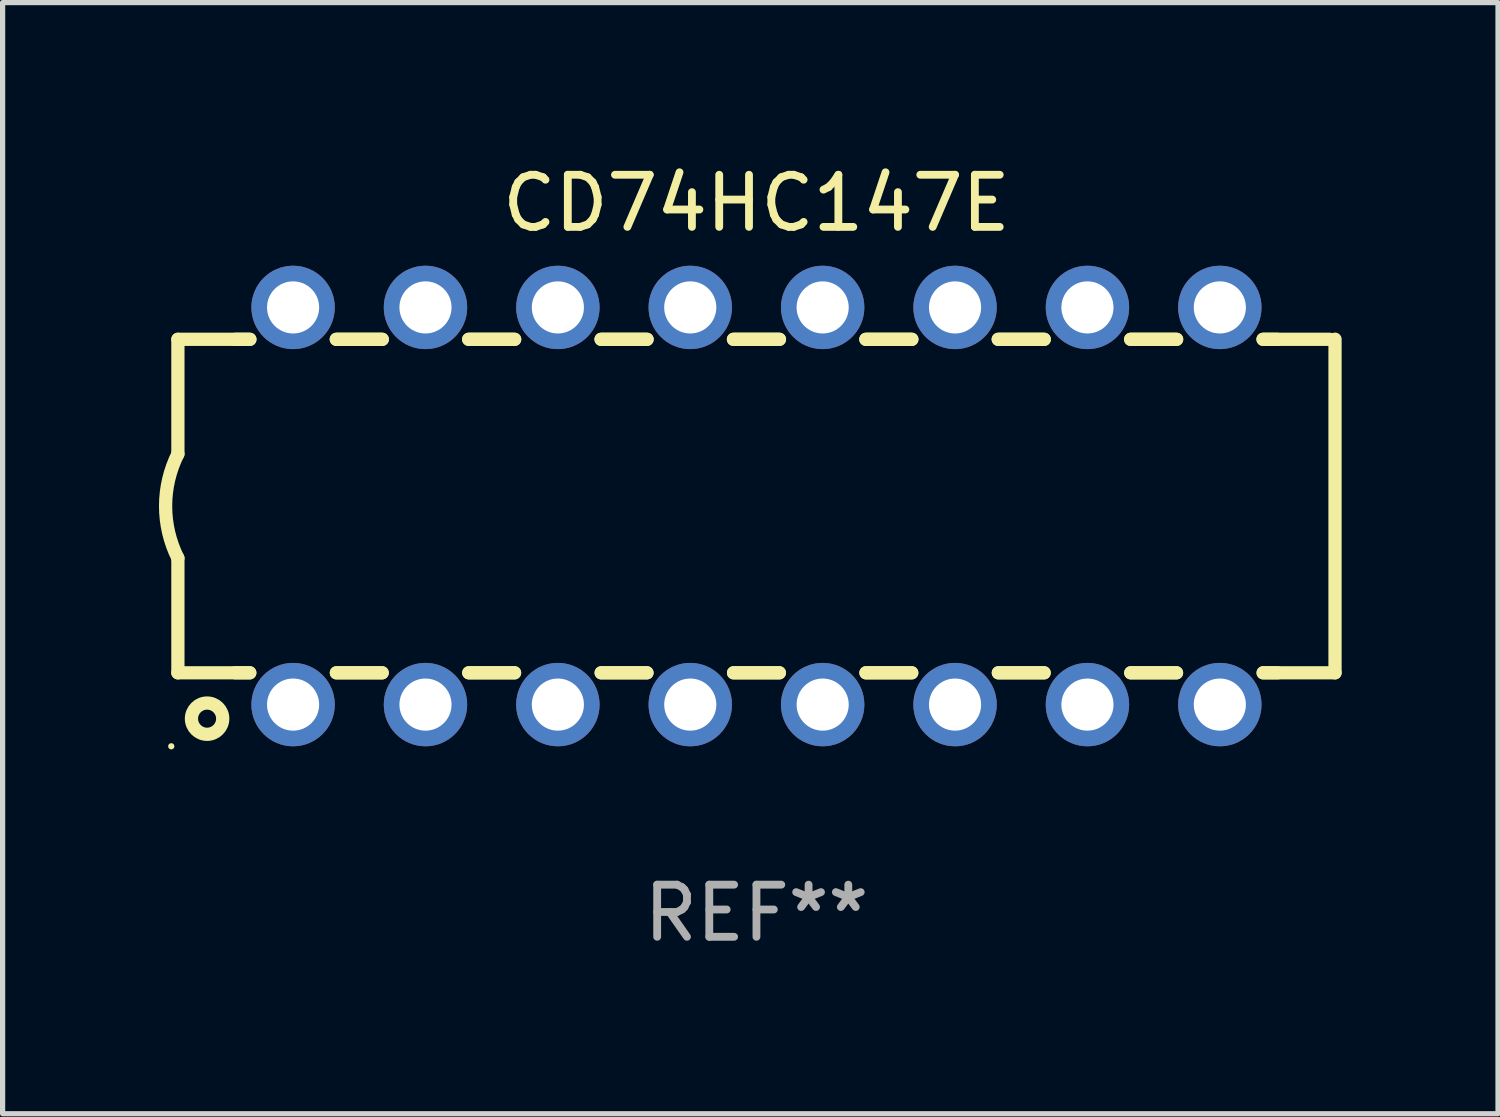
<source format=kicad_pcb>
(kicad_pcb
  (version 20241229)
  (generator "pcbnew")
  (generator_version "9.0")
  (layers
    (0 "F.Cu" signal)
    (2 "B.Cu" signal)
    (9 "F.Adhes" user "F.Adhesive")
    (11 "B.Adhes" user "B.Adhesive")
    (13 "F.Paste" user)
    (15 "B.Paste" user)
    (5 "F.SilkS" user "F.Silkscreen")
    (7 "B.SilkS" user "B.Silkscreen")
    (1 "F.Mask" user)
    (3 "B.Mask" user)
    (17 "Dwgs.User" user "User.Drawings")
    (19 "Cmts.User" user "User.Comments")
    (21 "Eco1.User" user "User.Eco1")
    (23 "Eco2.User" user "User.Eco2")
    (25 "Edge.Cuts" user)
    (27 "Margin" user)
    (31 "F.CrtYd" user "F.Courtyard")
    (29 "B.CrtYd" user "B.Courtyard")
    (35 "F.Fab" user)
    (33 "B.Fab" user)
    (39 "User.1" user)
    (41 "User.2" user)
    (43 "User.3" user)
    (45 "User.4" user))
  (footprint "CD74HC147E"
    (layer "F.Cu")
    (at 11.463 6.658)
    (property "Reference" "CD74HC147E" (at 0 -5.81 0) (layer "F.SilkS") (effects (font (size 1 1) (thickness 0.15))))
    (attr through_hole)
    (fp_line (start -11.1 -3.198) (end -9.719 -3.198) (stroke (width 0.254) (type solid)) (layer "F.SilkS"))
    (fp_line (start -11.1 -0.998) (end -11.1 -3.198) (stroke (width 0.254) (type solid)) (layer "F.SilkS"))
    (fp_line (start -11.1 3.2) (end -11.1 1) (stroke (width 0.254) (type solid)) (layer "F.SilkS"))
    (fp_line (start -11.1 3.2) (end -9.721 3.2) (stroke (width 0.254) (type solid)) (layer "F.SilkS"))
    (fp_line (start -10 -3.198) (end -9.719 -3.198) (stroke (width 0.254) (type solid)) (layer "F.SilkS"))
    (fp_line (start -10 3.2) (end -9.721 3.2) (stroke (width 0.254) (type solid)) (layer "F.SilkS"))
    (fp_line (start -8.061 -3.198) (end -7.179 -3.198) (stroke (width 0.254) (type solid)) (layer "F.SilkS"))
    (fp_line (start -8.061 -3.198) (end -7.179 -3.198) (stroke (width 0.254) (type solid)) (layer "F.SilkS"))
    (fp_line (start -8.059 3.2) (end -7.181 3.2) (stroke (width 0.254) (type solid)) (layer "F.SilkS"))
    (fp_line (start -8.059 3.2) (end -7.181 3.2) (stroke (width 0.254) (type solid)) (layer "F.SilkS"))
    (fp_line (start -5.521 -3.198) (end -4.639 -3.198) (stroke (width 0.254) (type solid)) (layer "F.SilkS"))
    (fp_line (start -5.521 -3.198) (end -4.639 -3.198) (stroke (width 0.254) (type solid)) (layer "F.SilkS"))
    (fp_line (start -5.519 3.2) (end -4.641 3.2) (stroke (width 0.254) (type solid)) (layer "F.SilkS"))
    (fp_line (start -5.519 3.2) (end -4.641 3.2) (stroke (width 0.254) (type solid)) (layer "F.SilkS"))
    (fp_line (start -2.981 -3.198) (end -2.099 -3.198) (stroke (width 0.254) (type solid)) (layer "F.SilkS"))
    (fp_line (start -2.981 -3.198) (end -2.099 -3.198) (stroke (width 0.254) (type solid)) (layer "F.SilkS"))
    (fp_line (start -2.979 3.2) (end -2.101 3.2) (stroke (width 0.254) (type solid)) (layer "F.SilkS"))
    (fp_line (start -2.979 3.2) (end -2.101 3.2) (stroke (width 0.254) (type solid)) (layer "F.SilkS"))
    (fp_line (start -0.441 -3.198) (end 0.441 -3.198) (stroke (width 0.254) (type solid)) (layer "F.SilkS"))
    (fp_line (start -0.441 -3.198) (end 0.441 -3.198) (stroke (width 0.254) (type solid)) (layer "F.SilkS"))
    (fp_line (start -0.439 3.2) (end 0.439 3.2) (stroke (width 0.254) (type solid)) (layer "F.SilkS"))
    (fp_line (start -0.439 3.2) (end 0.439 3.2) (stroke (width 0.254) (type solid)) (layer "F.SilkS"))
    (fp_line (start 2.099 -3.198) (end 2.981 -3.198) (stroke (width 0.254) (type solid)) (layer "F.SilkS"))
    (fp_line (start 2.099 -3.198) (end 2.981 -3.198) (stroke (width 0.254) (type solid)) (layer "F.SilkS"))
    (fp_line (start 2.101 3.2) (end 2.979 3.2) (stroke (width 0.254) (type solid)) (layer "F.SilkS"))
    (fp_line (start 2.101 3.2) (end 2.979 3.2) (stroke (width 0.254) (type solid)) (layer "F.SilkS"))
    (fp_line (start 4.639 -3.198) (end 5.521 -3.198) (stroke (width 0.254) (type solid)) (layer "F.SilkS"))
    (fp_line (start 4.639 -3.198) (end 5.521 -3.198) (stroke (width 0.254) (type solid)) (layer "F.SilkS"))
    (fp_line (start 4.641 3.2) (end 5.519 3.2) (stroke (width 0.254) (type solid)) (layer "F.SilkS"))
    (fp_line (start 4.641 3.2) (end 5.519 3.2) (stroke (width 0.254) (type solid)) (layer "F.SilkS"))
    (fp_line (start 7.179 -3.198) (end 8.061 -3.198) (stroke (width 0.254) (type solid)) (layer "F.SilkS"))
    (fp_line (start 7.179 -3.198) (end 8.061 -3.198) (stroke (width 0.254) (type solid)) (layer "F.SilkS"))
    (fp_line (start 7.181 3.2) (end 8.059 3.2) (stroke (width 0.254) (type solid)) (layer "F.SilkS"))
    (fp_line (start 7.181 3.2) (end 8.059 3.2) (stroke (width 0.254) (type solid)) (layer "F.SilkS"))
    (fp_line (start 9.719 -3.198) (end 10 -3.198) (stroke (width 0.254) (type solid)) (layer "F.SilkS"))
    (fp_line (start 9.719 -3.198) (end 11 -3.198) (stroke (width 0.254) (type solid)) (layer "F.SilkS"))
    (fp_line (start 9.721 3.2) (end 11.1 3.2) (stroke (width 0.254) (type solid)) (layer "F.SilkS"))
    (fp_line (start 9.721 3.2) (end 10 3.2) (stroke (width 0.254) (type solid)) (layer "F.SilkS"))
    (fp_line (start 11.1 3.2) (end 11.1 -3.2) (stroke (width 0.254) (type solid)) (layer "F.SilkS"))
    (fp_arc (start -11.099823 1.000762) (mid -11.335827 0.001303) (end -11.1 -0.998197) (stroke (width 0.254001) (type solid)) (layer "F.SilkS"))
    (fp_circle (center -11.227 4.61) (end -11.197 4.61) (stroke (width 0.06) (type solid)) (fill no) (layer "F.SilkS"))
    (fp_circle (center -10.54 4.08) (end -10.24 4.08) (stroke (width 0.254) (type solid)) (fill no) (layer "F.SilkS"))
    (fp_text user "REF**" (at 0 7.81 0) (layer "F.Fab") (effects (font (size 1 1) (thickness 0.15))))
    (pad "1" thru_hole circle (at -8.89 3.81) (size 1.6 1.6) (drill 1) (layers "*.Cu" "*.Mask"))
    (pad "2" thru_hole circle (at -6.35 3.81) (size 1.6 1.6) (drill 1) (layers "*.Cu" "*.Mask"))
    (pad "3" thru_hole circle (at -3.81 3.81) (size 1.6 1.6) (drill 1) (layers "*.Cu" "*.Mask"))
    (pad "4" thru_hole circle (at -1.27 3.81) (size 1.6 1.6) (drill 1) (layers "*.Cu" "*.Mask"))
    (pad "5" thru_hole circle (at 1.27 3.81) (size 1.6 1.6) (drill 1) (layers "*.Cu" "*.Mask"))
    (pad "6" thru_hole circle (at 3.81 3.81) (size 1.6 1.6) (drill 1) (layers "*.Cu" "*.Mask"))
    (pad "7" thru_hole circle (at 6.35 3.81) (size 1.6 1.6) (drill 1) (layers "*.Cu" "*.Mask"))
    (pad "8" thru_hole circle (at 8.89 3.81) (size 1.6 1.6) (drill 1) (layers "*.Cu" "*.Mask"))
    (pad "9" thru_hole circle (at 8.89 -3.81) (size 1.6 1.6) (drill 1) (layers "*.Cu" "*.Mask"))
    (pad "10" thru_hole circle (at 6.35 -3.81) (size 1.6 1.6) (drill 1) (layers "*.Cu" "*.Mask"))
    (pad "11" thru_hole circle (at 3.81 -3.81) (size 1.6 1.6) (drill 1) (layers "*.Cu" "*.Mask"))
    (pad "12" thru_hole circle (at 1.27 -3.81) (size 1.6 1.6) (drill 1) (layers "*.Cu" "*.Mask"))
    (pad "13" thru_hole circle (at -1.27 -3.81) (size 1.6 1.6) (drill 1) (layers "*.Cu" "*.Mask"))
    (pad "14" thru_hole circle (at -3.81 -3.81) (size 1.6 1.6) (drill 1) (layers "*.Cu" "*.Mask"))
    (pad "15" thru_hole circle (at -6.35 -3.81) (size 1.6 1.6) (drill 1) (layers "*.Cu" "*.Mask"))
    (pad "16" thru_hole circle (at -8.89 -3.81) (size 1.6 1.6) (drill 1) (layers "*.Cu" "*.Mask")))
  (gr_rect
    (start -3 -3)
    (end 25.69 18.317)
    (stroke (width 0.1) (type default))
    (fill no)
    (layer "Edge.Cuts")))
</source>
